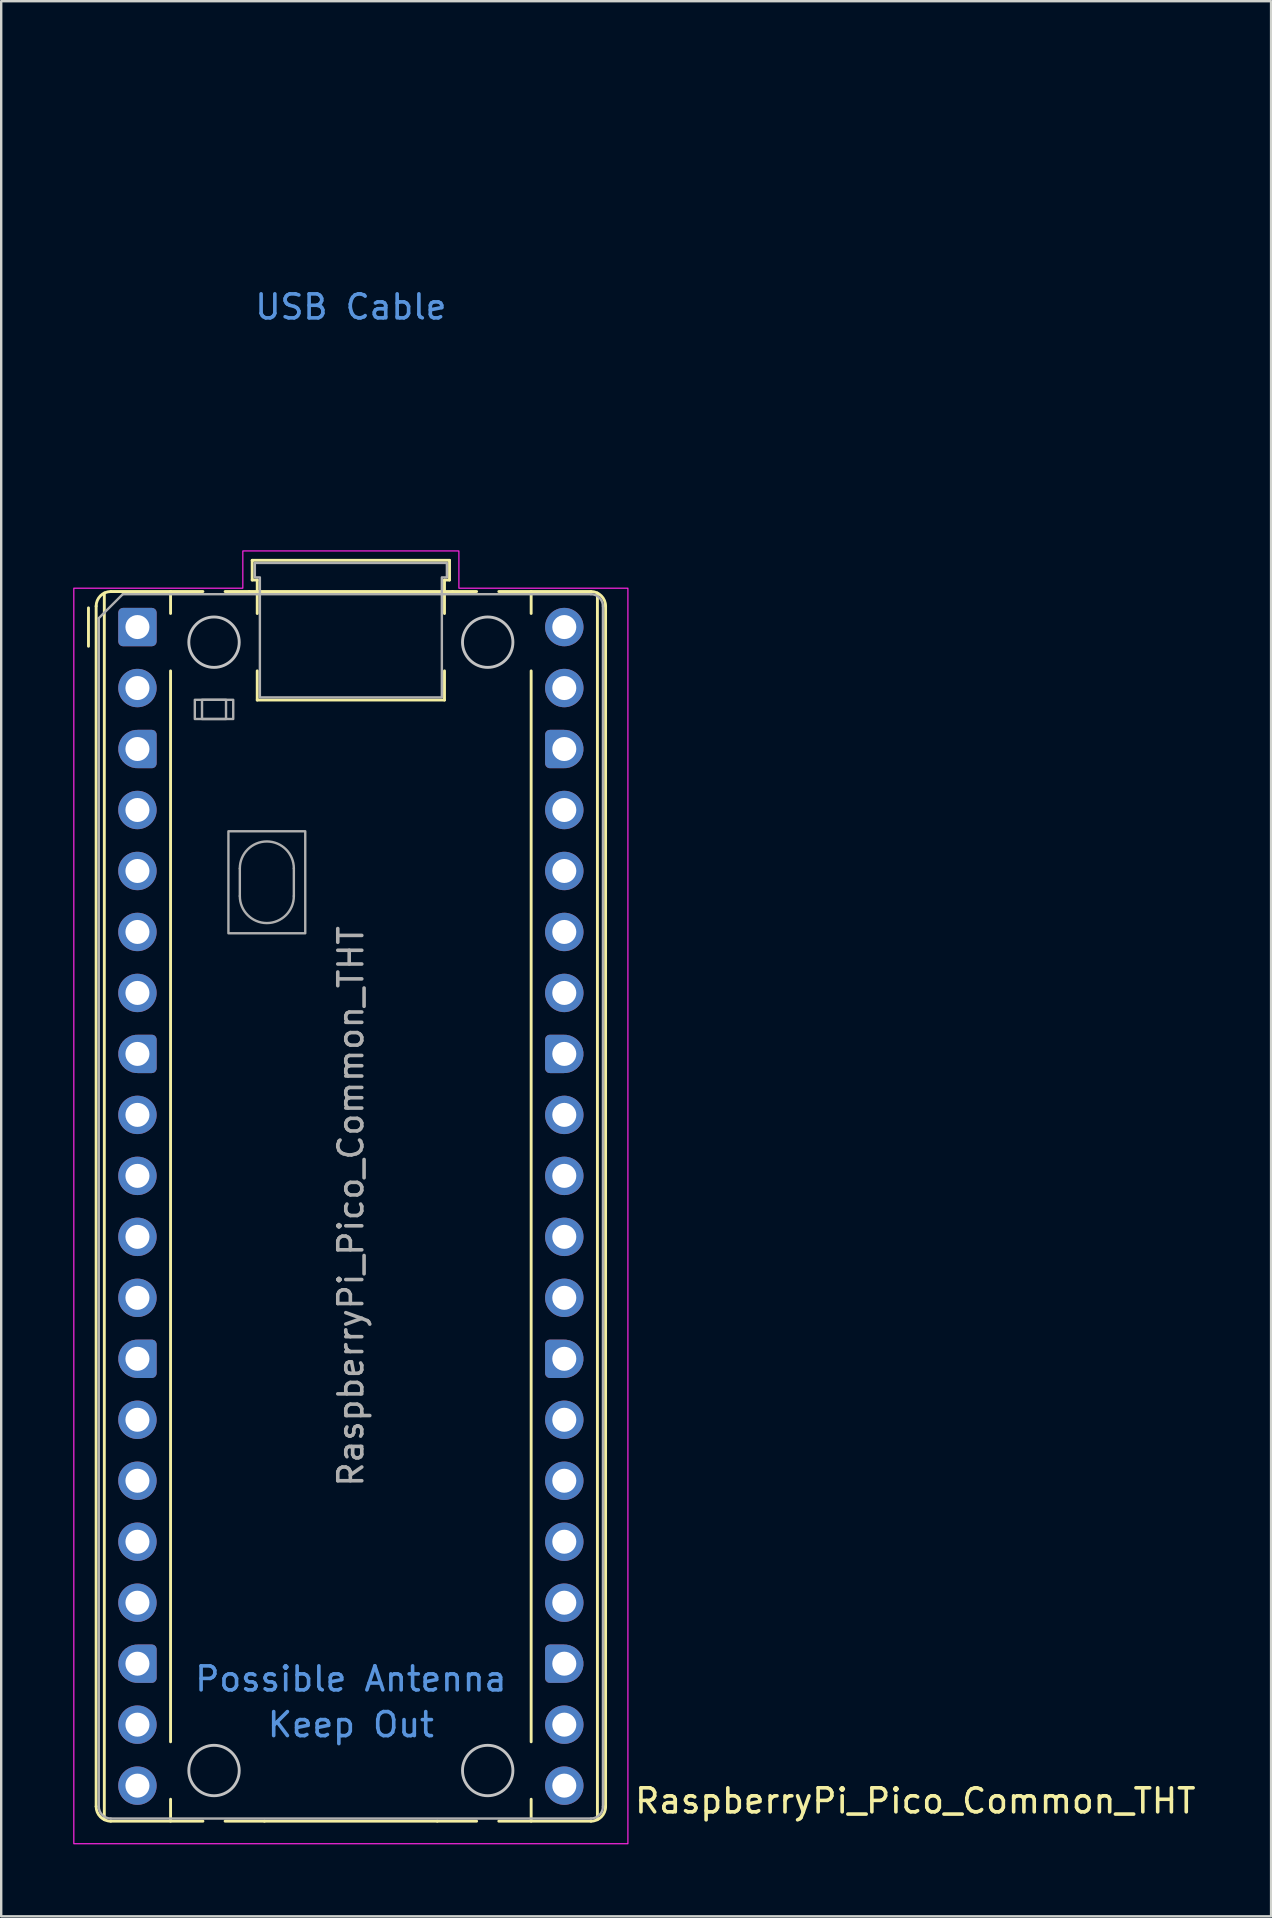
<source format=kicad_pcb>
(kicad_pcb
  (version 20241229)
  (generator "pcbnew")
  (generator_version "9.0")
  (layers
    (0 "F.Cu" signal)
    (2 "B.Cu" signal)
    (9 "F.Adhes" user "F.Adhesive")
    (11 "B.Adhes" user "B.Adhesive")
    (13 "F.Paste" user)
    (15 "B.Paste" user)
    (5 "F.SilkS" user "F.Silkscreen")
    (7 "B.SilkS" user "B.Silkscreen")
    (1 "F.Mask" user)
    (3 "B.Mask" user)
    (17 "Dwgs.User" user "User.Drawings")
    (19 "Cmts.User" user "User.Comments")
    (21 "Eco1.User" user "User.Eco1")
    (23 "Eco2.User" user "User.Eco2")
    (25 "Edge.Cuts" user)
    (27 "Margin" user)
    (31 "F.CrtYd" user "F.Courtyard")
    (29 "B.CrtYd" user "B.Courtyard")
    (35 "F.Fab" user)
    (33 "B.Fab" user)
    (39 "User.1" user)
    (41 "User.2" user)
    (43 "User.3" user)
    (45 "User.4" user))
  (footprint "RaspberryPi_Pico_Common_THT"
    (layer "F.Cu")
    (at 2.675 23.07)
    (property "Reference" "RaspberryPi_Pico_Common_THT" (at 20.637 48.895 0) (unlocked yes) (layer "F.SilkS") (effects (font (size 1 1) (thickness 0.15)) (justify left)))
    (attr through_hole)
    (fp_line (start -2.04 0.8) (end -2.04 -0.8) (stroke (width 0.12) (type solid)) (layer "F.SilkS"))
    (fp_line (start -1.72 -0.87) (end -1.72 49.13) (stroke (width 0.12) (type solid)) (layer "F.SilkS"))
    (fp_line (start -1.38 -1.417) (end -1.38 49.677) (stroke (width 0.12) (type solid)) (layer "F.SilkS"))
    (fp_line (start -1.11 -1.48) (end 1.38 -1.48) (stroke (width 0.12) (type solid)) (layer "F.SilkS"))
    (fp_line (start -1.11 49.74) (end 2.728 49.74) (stroke (width 0.12) (type solid)) (layer "F.SilkS"))
    (fp_line (start 1.38 -1.48) (end 1.38 -0.566) (stroke (width 0.12) (type solid)) (layer "F.SilkS"))
    (fp_line (start 1.38 -1.48) (end 2.728 -1.48) (stroke (width 0.12) (type solid)) (layer "F.SilkS"))
    (fp_line (start 1.38 1.826) (end 1.38 46.434) (stroke (width 0.12) (type solid)) (layer "F.SilkS"))
    (fp_line (start 1.38 48.826) (end 1.38 49.74) (stroke (width 0.12) (type solid)) (layer "F.SilkS"))
    (fp_line (start 3.652 -1.48) (end 4.655 -1.48) (stroke (width 0.12) (type solid)) (layer "F.SilkS"))
    (fp_line (start 4.655 -1.48) (end 13.125 -1.48) (stroke (width 0.12) (type solid)) (layer "F.SilkS"))
    (fp_line (start 4.78 -2.78) (end 4.78 -1.96) (stroke (width 0.12) (type solid)) (layer "F.SilkS"))
    (fp_line (start 4.78 -2.78) (end 13 -2.78) (stroke (width 0.12) (type solid)) (layer "F.SilkS"))
    (fp_line (start 4.78 -1.96) (end 4.99 -1.96) (stroke (width 0.12) (type solid)) (layer "F.SilkS"))
    (fp_line (start 4.99 -1.96) (end 4.99 -0.564) (stroke (width 0.12) (type solid)) (layer "F.SilkS"))
    (fp_line (start 4.99 1.824) (end 4.99 3.04) (stroke (width 0.12) (type solid)) (layer "F.SilkS"))
    (fp_line (start 5.29 49.74) (end 3.652 49.74) (stroke (width 0.12) (type solid)) (layer "F.SilkS"))
    (fp_line (start 12.49 49.74) (end 5.29 49.74) (stroke (width 0.12) (type solid)) (layer "F.SilkS"))
    (fp_line (start 12.79 -1.96) (end 12.79 -0.564) (stroke (width 0.12) (type solid)) (layer "F.SilkS"))
    (fp_line (start 12.79 1.824) (end 12.79 3.04) (stroke (width 0.12) (type solid)) (layer "F.SilkS"))
    (fp_line (start 12.79 3.04) (end 4.99 3.04) (stroke (width 0.12) (type solid)) (layer "F.SilkS"))
    (fp_line (start 13 -2.78) (end 13 -1.96) (stroke (width 0.12) (type solid)) (layer "F.SilkS"))
    (fp_line (start 13 -1.96) (end 12.79 -1.96) (stroke (width 0.12) (type solid)) (layer "F.SilkS"))
    (fp_line (start 13.125 -1.48) (end 14.128 -1.48) (stroke (width 0.12) (type solid)) (layer "F.SilkS"))
    (fp_line (start 14.128 49.74) (end 12.49 49.74) (stroke (width 0.12) (type solid)) (layer "F.SilkS"))
    (fp_line (start 15.052 -1.48) (end 16.4 -1.48) (stroke (width 0.12) (type solid)) (layer "F.SilkS"))
    (fp_line (start 15.052 49.74) (end 18.89 49.74) (stroke (width 0.12) (type solid)) (layer "F.SilkS"))
    (fp_line (start 16.4 -1.48) (end 16.4 -0.566) (stroke (width 0.12) (type solid)) (layer "F.SilkS"))
    (fp_line (start 16.4 1.826) (end 16.4 46.434) (stroke (width 0.12) (type solid)) (layer "F.SilkS"))
    (fp_line (start 16.4 48.826) (end 16.4 49.74) (stroke (width 0.12) (type solid)) (layer "F.SilkS"))
    (fp_line (start 18.89 -1.48) (end 16.4 -1.48) (stroke (width 0.12) (type solid)) (layer "F.SilkS"))
    (fp_line (start 19.16 49.677) (end 19.16 -1.417) (stroke (width 0.12) (type solid)) (layer "F.SilkS"))
    (fp_line (start 19.5 -0.87) (end 19.5 49.13) (stroke (width 0.12) (type solid)) (layer "F.SilkS"))
    (fp_arc (start -1.72 -0.87) (mid -1.541335 -1.301335) (end -1.11 -1.48) (stroke (width 0.12) (type solid)) (layer "F.SilkS"))
    (fp_arc (start -1.11 49.74) (mid -1.541364 49.561364) (end -1.72 49.13) (stroke (width 0.12) (type solid)) (layer "F.SilkS"))
    (fp_arc (start 18.89 -1.48) (mid 19.321335 -1.301335) (end 19.5 -0.87) (stroke (width 0.12) (type solid)) (layer "F.SilkS"))
    (fp_arc (start 19.5 49.13) (mid 19.321335 49.561335) (end 18.89 49.74) (stroke (width 0.12) (type solid)) (layer "F.SilkS"))
    (fp_circle (center 3.19 0.63) (end 4.24 0.63) (stroke (width 0.12) (type solid)) (fill no) (layer "Dwgs.User"))
    (fp_circle (center 3.19 47.63) (end 4.24 47.63) (stroke (width 0.12) (type solid)) (fill no) (layer "Dwgs.User"))
    (fp_circle (center 14.59 0.63) (end 15.64 0.63) (stroke (width 0.12) (type solid)) (fill no) (layer "Dwgs.User"))
    (fp_circle (center 14.59 47.63) (end 15.64 47.63) (stroke (width 0.12) (type solid)) (fill no) (layer "Dwgs.User"))
    (fp_poly (pts (xy 4.39 -3.17) (xy 13.39 -3.17) (xy 13.39 -1.62) (xy 20.43 -1.62) (xy 20.43 50.68) (xy -2.65 50.68) (xy -2.65 -1.62) (xy 4.39 -1.62)) (stroke (width 0.05) (type solid)) (fill no) (layer "F.CrtYd"))
    (fp_line (start -1.61 -0.37) (end -0.61 -1.37) (stroke (width 0.1) (type solid)) (layer "F.Fab"))
    (fp_line (start -1.61 49.13) (end -1.61 -0.37) (stroke (width 0.1) (type solid)) (layer "F.Fab"))
    (fp_line (start -0.61 -1.37) (end 18.89 -1.37) (stroke (width 0.1) (type solid)) (layer "F.Fab"))
    (fp_line (start 4.265 10.055) (end 4.265 11.205) (stroke (width 0.1) (type solid)) (layer "F.Fab"))
    (fp_line (start 6.515 10.055) (end 6.515 11.205) (stroke (width 0.1) (type solid)) (layer "F.Fab"))
    (fp_line (start 18.89 49.63) (end -1.11 49.63) (stroke (width 0.1) (type solid)) (layer "F.Fab"))
    (fp_line (start 19.39 -0.87) (end 19.39 49.13) (stroke (width 0.1) (type solid)) (layer "F.Fab"))
    (fp_rect (start 2.39 3.03) (end 3.99 3.83) (stroke (width 0.1) (type solid)) (fill no) (layer "F.Fab"))
    (fp_rect (start 2.69 3.03) (end 3.69 3.83) (stroke (width 0.1) (type solid)) (fill no) (layer "F.Fab"))
    (fp_rect (start 3.79 8.505) (end 6.99 12.755) (stroke (width 0.1) (type solid)) (fill no) (layer "F.Fab"))
    (fp_arc (start -1.11 49.63) (mid -1.463553 49.483553) (end -1.61 49.13) (stroke (width 0.1) (type solid)) (layer "F.Fab"))
    (fp_arc (start 4.265 10.055) (mid 5.39 8.93) (end 6.515 10.055) (stroke (width 0.1) (type solid)) (layer "F.Fab"))
    (fp_arc (start 6.515 11.205) (mid 5.39 12.33) (end 4.265 11.205) (stroke (width 0.1) (type solid)) (layer "F.Fab"))
    (fp_arc (start 18.89 -1.37) (mid 19.243553 -1.223553) (end 19.39 -0.87) (stroke (width 0.1) (type solid)) (layer "F.Fab"))
    (fp_arc (start 19.39 49.13) (mid 19.243553 49.483553) (end 18.89 49.63) (stroke (width 0.1) (type solid)) (layer "F.Fab"))
    (fp_poly (pts (xy 12.68 2.93) (xy 12.68 -2.07) (xy 12.89 -2.07) (xy 12.89 -2.67) (xy 4.89 -2.67) (xy 4.89 -2.07) (xy 5.1 -2.07) (xy 5.1 2.93)) (stroke (width 0.1) (type solid)) (fill no) (layer "F.Fab"))
    (fp_text user "Possible Antenna" (at 8.89 43.815 0) (unlocked yes) (layer "Cmts.User") (effects (font (size 1 1) (thickness 0.15))))
    (fp_text user "USB Cable" (at 8.89 -13.335 0) (unlocked yes) (layer "Cmts.User") (effects (font (size 1 1) (thickness 0.15))))
    (fp_text user "Keep Out" (at 8.89 45.72 0) (unlocked yes) (layer "Cmts.User") (effects (font (size 1 1) (thickness 0.15))))
    (fp_text user "${REFERENCE}" (at 8.89 24.13 90) (layer "F.Fab") (effects (font (size 1 1) (thickness 0.15))))
    (pad "1" thru_hole roundrect (at 0 0) (size 1.6 1.6) (drill 1) (layers "*.Cu" "*.Mask") (roundrect_rratio 0.125))
    (pad "2" thru_hole circle (at 0 2.54) (size 1.6 1.6) (drill 1) (layers "*.Cu" "*.Mask"))
    (pad "3" thru_hole custom (at 0 5.08) (size 1.6 1.6) (drill 1) (layers "*.Cu" "*.Mask") (options (anchor circle)) (primitives (gr_poly (pts (xy 0.8 0.6) (xy 0.8 -0.6) (xy 0.6 -0.8) (xy 0 -0.8) (xy 0 0.8) (xy 0.6 0.8)) (width 0) (fill yes)) (gr_circle (center 0.6 0.6) (end 0.8 0.6) (width 0) (fill yes)) (gr_circle (center 0.6 -0.6) (end 0.8 -0.6) (width 0) (fill yes))))
    (pad "4" thru_hole circle (at 0 7.62) (size 1.6 1.6) (drill 1) (layers "*.Cu" "*.Mask"))
    (pad "5" thru_hole circle (at 0 10.16) (size 1.6 1.6) (drill 1) (layers "*.Cu" "*.Mask"))
    (pad "6" thru_hole circle (at 0 12.7) (size 1.6 1.6) (drill 1) (layers "*.Cu" "*.Mask"))
    (pad "7" thru_hole circle (at 0 15.24) (size 1.6 1.6) (drill 1) (layers "*.Cu" "*.Mask"))
    (pad "8" thru_hole custom (at 0 17.78) (size 1.6 1.6) (drill 1) (layers "*.Cu" "*.Mask") (options (anchor circle)) (primitives (gr_poly (pts (xy 0.8 0.6) (xy 0.8 -0.6) (xy 0.6 -0.8) (xy 0 -0.8) (xy 0 0.8) (xy 0.6 0.8)) (width 0) (fill yes)) (gr_circle (center 0.6 0.6) (end 0.8 0.6) (width 0) (fill yes)) (gr_circle (center 0.6 -0.6) (end 0.8 -0.6) (width 0) (fill yes))))
    (pad "9" thru_hole circle (at 0 20.32) (size 1.6 1.6) (drill 1) (layers "*.Cu" "*.Mask"))
    (pad "10" thru_hole circle (at 0 22.86) (size 1.6 1.6) (drill 1) (layers "*.Cu" "*.Mask"))
    (pad "11" thru_hole circle (at 0 25.4) (size 1.6 1.6) (drill 1) (layers "*.Cu" "*.Mask"))
    (pad "12" thru_hole circle (at 0 27.94) (size 1.6 1.6) (drill 1) (layers "*.Cu" "*.Mask"))
    (pad "13" thru_hole custom (at 0 30.48) (size 1.6 1.6) (drill 1) (layers "*.Cu" "*.Mask") (options (anchor circle)) (primitives (gr_poly (pts (xy 0.8 0.6) (xy 0.8 -0.6) (xy 0.6 -0.8) (xy 0 -0.8) (xy 0 0.8) (xy 0.6 0.8)) (width 0) (fill yes)) (gr_circle (center 0.6 0.6) (end 0.8 0.6) (width 0) (fill yes)) (gr_circle (center 0.6 -0.6) (end 0.8 -0.6) (width 0) (fill yes))))
    (pad "14" thru_hole circle (at 0 33.02) (size 1.6 1.6) (drill 1) (layers "*.Cu" "*.Mask"))
    (pad "15" thru_hole circle (at 0 35.56) (size 1.6 1.6) (drill 1) (layers "*.Cu" "*.Mask"))
    (pad "16" thru_hole circle (at 0 38.1) (size 1.6 1.6) (drill 1) (layers "*.Cu" "*.Mask"))
    (pad "17" thru_hole circle (at 0 40.64) (size 1.6 1.6) (drill 1) (layers "*.Cu" "*.Mask"))
    (pad "18" thru_hole custom (at 0 43.18) (size 1.6 1.6) (drill 1) (layers "*.Cu" "*.Mask") (options (anchor circle)) (primitives (gr_poly (pts (xy 0.8 0.6) (xy 0.8 -0.6) (xy 0.6 -0.8) (xy 0 -0.8) (xy 0 0.8) (xy 0.6 0.8)) (width 0) (fill yes)) (gr_circle (center 0.6 0.6) (end 0.8 0.6) (width 0) (fill yes)) (gr_circle (center 0.6 -0.6) (end 0.8 -0.6) (width 0) (fill yes))))
    (pad "19" thru_hole circle (at 0 45.72) (size 1.6 1.6) (drill 1) (layers "*.Cu" "*.Mask"))
    (pad "20" thru_hole circle (at 0 48.26) (size 1.6 1.6) (drill 1) (layers "*.Cu" "*.Mask"))
    (pad "21" thru_hole circle (at 17.78 48.26) (size 1.6 1.6) (drill 1) (layers "*.Cu" "*.Mask"))
    (pad "22" thru_hole circle (at 17.78 45.72) (size 1.6 1.6) (drill 1) (layers "*.Cu" "*.Mask"))
    (pad "23" thru_hole custom (at 17.78 43.18) (size 1.6 1.6) (drill 1) (layers "*.Cu" "*.Mask") (options (anchor circle)) (primitives (gr_poly (pts (xy -0.8 0.6) (xy -0.8 -0.6) (xy -0.6 -0.8) (xy 0 -0.8) (xy 0 0.8) (xy -0.6 0.8)) (width 0) (fill yes)) (gr_circle (center -0.6 0.6) (end -0.4 0.6) (width 0) (fill yes)) (gr_circle (center -0.6 -0.6) (end -0.4 -0.6) (width 0) (fill yes))))
    (pad "24" thru_hole circle (at 17.78 40.64) (size 1.6 1.6) (drill 1) (layers "*.Cu" "*.Mask"))
    (pad "25" thru_hole circle (at 17.78 38.1) (size 1.6 1.6) (drill 1) (layers "*.Cu" "*.Mask"))
    (pad "26" thru_hole circle (at 17.78 35.56) (size 1.6 1.6) (drill 1) (layers "*.Cu" "*.Mask"))
    (pad "27" thru_hole circle (at 17.78 33.02) (size 1.6 1.6) (drill 1) (layers "*.Cu" "*.Mask"))
    (pad "28" thru_hole custom (at 17.78 30.48) (size 1.6 1.6) (drill 1) (layers "*.Cu" "*.Mask") (options (anchor circle)) (primitives (gr_poly (pts (xy -0.8 0.6) (xy -0.8 -0.6) (xy -0.6 -0.8) (xy 0 -0.8) (xy 0 0.8) (xy -0.6 0.8)) (width 0) (fill yes)) (gr_circle (center -0.6 0.6) (end -0.4 0.6) (width 0) (fill yes)) (gr_circle (center -0.6 -0.6) (end -0.4 -0.6) (width 0) (fill yes))))
    (pad "29" thru_hole circle (at 17.78 27.94) (size 1.6 1.6) (drill 1) (layers "*.Cu" "*.Mask"))
    (pad "30" thru_hole circle (at 17.78 25.4) (size 1.6 1.6) (drill 1) (layers "*.Cu" "*.Mask"))
    (pad "31" thru_hole circle (at 17.78 22.86) (size 1.6 1.6) (drill 1) (layers "*.Cu" "*.Mask"))
    (pad "32" thru_hole circle (at 17.78 20.32) (size 1.6 1.6) (drill 1) (layers "*.Cu" "*.Mask"))
    (pad "33" thru_hole custom (at 17.78 17.78) (size 1.6 1.6) (drill 1) (layers "*.Cu" "*.Mask") (options (anchor circle)) (primitives (gr_poly (pts (xy -0.8 0.6) (xy -0.8 -0.6) (xy -0.6 -0.8) (xy 0 -0.8) (xy 0 0.8) (xy -0.6 0.8)) (width 0) (fill yes)) (gr_circle (center -0.6 0.6) (end -0.4 0.6) (width 0) (fill yes)) (gr_circle (center -0.6 -0.6) (end -0.4 -0.6) (width 0) (fill yes))))
    (pad "34" thru_hole circle (at 17.78 15.24) (size 1.6 1.6) (drill 1) (layers "*.Cu" "*.Mask"))
    (pad "35" thru_hole circle (at 17.78 12.7) (size 1.6 1.6) (drill 1) (layers "*.Cu" "*.Mask"))
    (pad "36" thru_hole circle (at 17.78 10.16) (size 1.6 1.6) (drill 1) (layers "*.Cu" "*.Mask"))
    (pad "37" thru_hole circle (at 17.78 7.62) (size 1.6 1.6) (drill 1) (layers "*.Cu" "*.Mask"))
    (pad "38" thru_hole custom (at 17.78 5.08) (size 1.6 1.6) (drill 1) (layers "*.Cu" "*.Mask") (options (anchor circle)) (primitives (gr_poly (pts (xy -0.8 0.6) (xy -0.8 -0.6) (xy -0.6 -0.8) (xy 0 -0.8) (xy 0 0.8) (xy -0.6 0.8)) (width 0) (fill yes)) (gr_circle (center -0.6 0.6) (end -0.4 0.6) (width 0) (fill yes)) (gr_circle (center -0.6 -0.6) (end -0.4 -0.6) (width 0) (fill yes))))
    (pad "39" thru_hole circle (at 17.78 2.54) (size 1.6 1.6) (drill 1) (layers "*.Cu" "*.Mask"))
    (pad "40" thru_hole circle (at 17.78 0) (size 1.6 1.6) (drill 1) (layers "*.Cu" "*.Mask"))
    (zone (net_name "") (layers "F.Cu" "B.Cu" "F.Paste" "B.Paste") (name "Antenna Copper Keep Out") (hatch full 0.5) (connect_pads) (min_thickness 0.254) (filled_areas_thickness no) (keepout (tracks not_allowed) (vias not_allowed) (pads not_allowed) (copperpour not_allowed) (footprints allowed)) (placement (enabled no)) (fill) (polygon (pts (xy 9.165 72.19) (xy 4.465 68.54) (xy 4.465 64.2) (xy 18.665 64.2) (xy 18.665 68.54) (xy 13.965 72.19) (xy 13.965 73.2) (xy 9.165 73.2))))
    (zone (net_name "") (layer "F.CrtYd") (name "USB Cable") (hatch edge 0.5) (connect_pads) (min_thickness 0.254) (filled_areas_thickness no) (keepout (tracks allowed) (vias allowed) (pads allowed) (copperpour allowed) (footprints allowed)) (placement (enabled no)) (fill) (polygon (pts (xy 5.815 19.5) (xy 7.625 19.5) (xy 7.625 19.9) (xy 15.505 19.9) (xy 15.505 19.5) (xy 17.315 19.5) (xy 17.315 0) (xy 5.815 0)))))
  (gr_rect
    (start -3 -3)
    (end 49.896 76.775)
    (stroke (width 0.1) (type default))
    (fill no)
    (layer "Edge.Cuts")))
</source>
